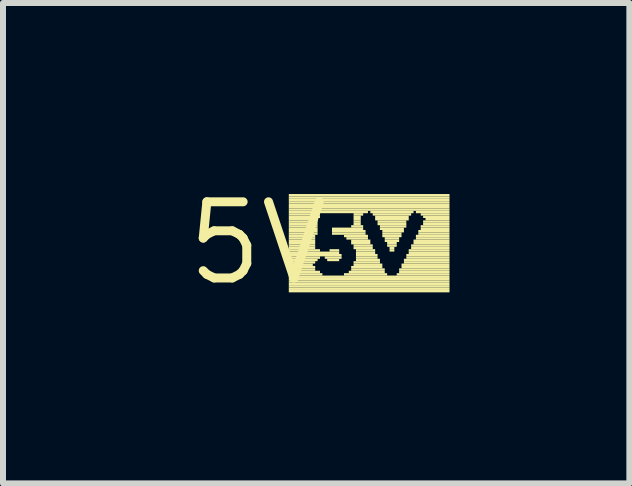
<source format=kicad_pcb>
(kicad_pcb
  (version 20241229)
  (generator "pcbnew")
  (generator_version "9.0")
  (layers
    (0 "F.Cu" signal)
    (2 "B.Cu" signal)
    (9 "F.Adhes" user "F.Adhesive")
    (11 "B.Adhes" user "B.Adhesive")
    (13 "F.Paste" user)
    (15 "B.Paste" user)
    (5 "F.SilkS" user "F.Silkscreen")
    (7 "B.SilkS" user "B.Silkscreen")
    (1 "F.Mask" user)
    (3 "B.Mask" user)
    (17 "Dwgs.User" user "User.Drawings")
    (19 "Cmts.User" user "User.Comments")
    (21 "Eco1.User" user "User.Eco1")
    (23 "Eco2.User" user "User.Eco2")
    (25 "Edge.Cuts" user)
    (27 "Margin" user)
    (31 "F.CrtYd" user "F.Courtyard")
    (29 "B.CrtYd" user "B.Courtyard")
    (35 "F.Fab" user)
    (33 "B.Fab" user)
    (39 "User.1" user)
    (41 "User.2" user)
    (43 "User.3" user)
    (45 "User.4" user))
  (footprint "5V"
    (layer "F.Cu")
    (at 1.247 1.006)
    (property "Reference" "5V" (at 0 0 0) (layer "F.SilkS") (effects (font (size 1.27 1.27) (thickness 0.15))))
    (fp_poly (pts (xy 0.52 -0.78) (xy 3.2 -0.78) (xy 3.2 -0.82) (xy 0.52 -0.82)) (stroke (width 0) (type default)) (fill yes) (layer "F.SilkS"))
    (fp_poly (pts (xy 0.52 -0.74) (xy 3.2 -0.74) (xy 3.2 -0.78) (xy 0.52 -0.78)) (stroke (width 0) (type default)) (fill yes) (layer "F.SilkS"))
    (fp_poly (pts (xy 0.52 -0.7) (xy 3.2 -0.7) (xy 3.2 -0.74) (xy 0.52 -0.74)) (stroke (width 0) (type default)) (fill yes) (layer "F.SilkS"))
    (fp_poly (pts (xy 0.52 -0.66) (xy 3.2 -0.66) (xy 3.2 -0.7) (xy 0.52 -0.7)) (stroke (width 0) (type default)) (fill yes) (layer "F.SilkS"))
    (fp_poly (pts (xy 0.52 -0.62) (xy 3.2 -0.62) (xy 3.2 -0.66) (xy 0.52 -0.66)) (stroke (width 0) (type default)) (fill yes) (layer "F.SilkS"))
    (fp_poly (pts (xy 0.52 -0.58) (xy 3.2 -0.58) (xy 3.2 -0.62) (xy 0.52 -0.62)) (stroke (width 0) (type default)) (fill yes) (layer "F.SilkS"))
    (fp_poly (pts (xy 0.52 -0.54) (xy 3.2 -0.54) (xy 3.2 -0.58) (xy 0.52 -0.58)) (stroke (width 0) (type default)) (fill yes) (layer "F.SilkS"))
    (fp_poly (pts (xy 0.52 -0.5) (xy 1.84 -0.5) (xy 1.84 -0.54) (xy 0.52 -0.54)) (stroke (width 0) (type default)) (fill yes) (layer "F.SilkS"))
    (fp_poly (pts (xy 0.52 -0.46) (xy 1.04 -0.46) (xy 1.04 -0.5) (xy 0.52 -0.5)) (stroke (width 0) (type default)) (fill yes) (layer "F.SilkS"))
    (fp_poly (pts (xy 0.52 -0.42) (xy 1.04 -0.42) (xy 1.04 -0.46) (xy 0.52 -0.46)) (stroke (width 0) (type default)) (fill yes) (layer "F.SilkS"))
    (fp_poly (pts (xy 0.52 -0.38) (xy 1 -0.38) (xy 1 -0.42) (xy 0.52 -0.42)) (stroke (width 0) (type default)) (fill yes) (layer "F.SilkS"))
    (fp_poly (pts (xy 0.52 -0.34) (xy 1 -0.34) (xy 1 -0.38) (xy 0.52 -0.38)) (stroke (width 0) (type default)) (fill yes) (layer "F.SilkS"))
    (fp_poly (pts (xy 0.52 -0.3) (xy 1 -0.3) (xy 1 -0.34) (xy 0.52 -0.34)) (stroke (width 0) (type default)) (fill yes) (layer "F.SilkS"))
    (fp_poly (pts (xy 0.52 -0.26) (xy 1 -0.26) (xy 1 -0.3) (xy 0.52 -0.3)) (stroke (width 0) (type default)) (fill yes) (layer "F.SilkS"))
    (fp_poly (pts (xy 0.52 -0.22) (xy 1 -0.22) (xy 1 -0.26) (xy 0.52 -0.26)) (stroke (width 0) (type default)) (fill yes) (layer "F.SilkS"))
    (fp_poly (pts (xy 0.52 -0.18) (xy 1 -0.18) (xy 1 -0.22) (xy 0.52 -0.22)) (stroke (width 0) (type default)) (fill yes) (layer "F.SilkS"))
    (fp_poly (pts (xy 0.52 -0.14) (xy 1 -0.14) (xy 1 -0.18) (xy 0.52 -0.18)) (stroke (width 0) (type default)) (fill yes) (layer "F.SilkS"))
    (fp_poly (pts (xy 0.52 -0.1) (xy 0.96 -0.1) (xy 0.96 -0.14) (xy 0.52 -0.14)) (stroke (width 0) (type default)) (fill yes) (layer "F.SilkS"))
    (fp_poly (pts (xy 0.52 -0.06) (xy 0.96 -0.06) (xy 0.96 -0.1) (xy 0.52 -0.1)) (stroke (width 0) (type default)) (fill yes) (layer "F.SilkS"))
    (fp_poly (pts (xy 0.52 -0.02) (xy 0.96 -0.02) (xy 0.96 -0.06) (xy 0.52 -0.06)) (stroke (width 0) (type default)) (fill yes) (layer "F.SilkS"))
    (fp_poly (pts (xy 0.52 0.02) (xy 0.96 0.02) (xy 0.96 -0.02) (xy 0.52 -0.02)) (stroke (width 0) (type default)) (fill yes) (layer "F.SilkS"))
    (fp_poly (pts (xy 0.52 0.06) (xy 0.96 0.06) (xy 0.96 0.02) (xy 0.52 0.02)) (stroke (width 0) (type default)) (fill yes) (layer "F.SilkS"))
    (fp_poly (pts (xy 0.52 0.1) (xy 0.96 0.1) (xy 0.96 0.06) (xy 0.52 0.06)) (stroke (width 0) (type default)) (fill yes) (layer "F.SilkS"))
    (fp_poly (pts (xy 0.52 0.14) (xy 1.04 0.14) (xy 1.04 0.1) (xy 0.52 0.1)) (stroke (width 0) (type default)) (fill yes) (layer "F.SilkS"))
    (fp_poly (pts (xy 0.52 0.18) (xy 1.36 0.18) (xy 1.36 0.14) (xy 0.52 0.14)) (stroke (width 0) (type default)) (fill yes) (layer "F.SilkS"))
    (fp_poly (pts (xy 0.52 0.22) (xy 1.4 0.22) (xy 1.4 0.18) (xy 0.52 0.18)) (stroke (width 0) (type default)) (fill yes) (layer "F.SilkS"))
    (fp_poly (pts (xy 0.52 0.26) (xy 1.04 0.26) (xy 1.04 0.22) (xy 0.52 0.22)) (stroke (width 0) (type default)) (fill yes) (layer "F.SilkS"))
    (fp_poly (pts (xy 0.52 0.3) (xy 1 0.3) (xy 1 0.26) (xy 0.52 0.26)) (stroke (width 0) (type default)) (fill yes) (layer "F.SilkS"))
    (fp_poly (pts (xy 0.52 0.34) (xy 0.96 0.34) (xy 0.96 0.3) (xy 0.52 0.3)) (stroke (width 0) (type default)) (fill yes) (layer "F.SilkS"))
    (fp_poly (pts (xy 0.52 0.38) (xy 0.92 0.38) (xy 0.92 0.34) (xy 0.52 0.34)) (stroke (width 0) (type default)) (fill yes) (layer "F.SilkS"))
    (fp_poly (pts (xy 0.52 0.42) (xy 0.96 0.42) (xy 0.96 0.38) (xy 0.52 0.38)) (stroke (width 0) (type default)) (fill yes) (layer "F.SilkS"))
    (fp_poly (pts (xy 0.52 0.46) (xy 0.96 0.46) (xy 0.96 0.42) (xy 0.52 0.42)) (stroke (width 0) (type default)) (fill yes) (layer "F.SilkS"))
    (fp_poly (pts (xy 0.52 0.5) (xy 1.04 0.5) (xy 1.04 0.46) (xy 0.52 0.46)) (stroke (width 0) (type default)) (fill yes) (layer "F.SilkS"))
    (fp_poly (pts (xy 0.52 0.54) (xy 1.08 0.54) (xy 1.08 0.5) (xy 0.52 0.5)) (stroke (width 0) (type default)) (fill yes) (layer "F.SilkS"))
    (fp_poly (pts (xy 0.52 0.58) (xy 3.2 0.58) (xy 3.2 0.54) (xy 0.52 0.54)) (stroke (width 0) (type default)) (fill yes) (layer "F.SilkS"))
    (fp_poly (pts (xy 0.52 0.62) (xy 3.2 0.62) (xy 3.2 0.58) (xy 0.52 0.58)) (stroke (width 0) (type default)) (fill yes) (layer "F.SilkS"))
    (fp_poly (pts (xy 0.52 0.66) (xy 3.2 0.66) (xy 3.2 0.62) (xy 0.52 0.62)) (stroke (width 0) (type default)) (fill yes) (layer "F.SilkS"))
    (fp_poly (pts (xy 0.52 0.7) (xy 3.2 0.7) (xy 3.2 0.66) (xy 0.52 0.66)) (stroke (width 0) (type default)) (fill yes) (layer "F.SilkS"))
    (fp_poly (pts (xy 0.52 0.74) (xy 3.2 0.74) (xy 3.2 0.7) (xy 0.52 0.7)) (stroke (width 0) (type default)) (fill yes) (layer "F.SilkS"))
    (fp_poly (pts (xy 0.52 0.78) (xy 3.2 0.78) (xy 3.2 0.74) (xy 0.52 0.74)) (stroke (width 0) (type default)) (fill yes) (layer "F.SilkS"))
    (fp_poly (pts (xy 0.52 0.82) (xy 3.2 0.82) (xy 3.2 0.78) (xy 0.52 0.78)) (stroke (width 0) (type default)) (fill yes) (layer "F.SilkS"))
    (fp_poly (pts (xy 1.12 0.26) (xy 1.4 0.26) (xy 1.4 0.22) (xy 1.12 0.22)) (stroke (width 0) (type default)) (fill yes) (layer "F.SilkS"))
    (fp_poly (pts (xy 1.16 0.3) (xy 1.36 0.3) (xy 1.36 0.26) (xy 1.16 0.26)) (stroke (width 0) (type default)) (fill yes) (layer "F.SilkS"))
    (fp_poly (pts (xy 1.2 0.14) (xy 1.36 0.14) (xy 1.36 0.1) (xy 1.2 0.1)) (stroke (width 0) (type default)) (fill yes) (layer "F.SilkS"))
    (fp_poly (pts (xy 1.24 -0.22) (xy 1.76 -0.22) (xy 1.76 -0.26) (xy 1.24 -0.26)) (stroke (width 0) (type default)) (fill yes) (layer "F.SilkS"))
    (fp_poly (pts (xy 1.24 -0.18) (xy 1.8 -0.18) (xy 1.8 -0.22) (xy 1.24 -0.22)) (stroke (width 0) (type default)) (fill yes) (layer "F.SilkS"))
    (fp_poly (pts (xy 1.24 -0.14) (xy 1.8 -0.14) (xy 1.8 -0.18) (xy 1.24 -0.18)) (stroke (width 0) (type default)) (fill yes) (layer "F.SilkS"))
    (fp_poly (pts (xy 1.44 -0.1) (xy 1.84 -0.1) (xy 1.84 -0.14) (xy 1.44 -0.14)) (stroke (width 0) (type default)) (fill yes) (layer "F.SilkS"))
    (fp_poly (pts (xy 1.44 0.54) (xy 2.16 0.54) (xy 2.16 0.5) (xy 1.44 0.5)) (stroke (width 0) (type default)) (fill yes) (layer "F.SilkS"))
    (fp_poly (pts (xy 1.48 -0.06) (xy 1.84 -0.06) (xy 1.84 -0.1) (xy 1.48 -0.1)) (stroke (width 0) (type default)) (fill yes) (layer "F.SilkS"))
    (fp_poly (pts (xy 1.52 0.5) (xy 2.12 0.5) (xy 2.12 0.46) (xy 1.52 0.46)) (stroke (width 0) (type default)) (fill yes) (layer "F.SilkS"))
    (fp_poly (pts (xy 1.56 -0.26) (xy 1.76 -0.26) (xy 1.76 -0.3) (xy 1.56 -0.3)) (stroke (width 0) (type default)) (fill yes) (layer "F.SilkS"))
    (fp_poly (pts (xy 1.56 -0.02) (xy 1.88 -0.02) (xy 1.88 -0.06) (xy 1.56 -0.06)) (stroke (width 0) (type default)) (fill yes) (layer "F.SilkS"))
    (fp_poly (pts (xy 1.56 0.02) (xy 1.88 0.02) (xy 1.88 -0.02) (xy 1.56 -0.02)) (stroke (width 0) (type default)) (fill yes) (layer "F.SilkS"))
    (fp_poly (pts (xy 1.56 0.42) (xy 2.08 0.42) (xy 2.08 0.38) (xy 1.56 0.38)) (stroke (width 0) (type default)) (fill yes) (layer "F.SilkS"))
    (fp_poly (pts (xy 1.56 0.46) (xy 2.12 0.46) (xy 2.12 0.42) (xy 1.56 0.42)) (stroke (width 0) (type default)) (fill yes) (layer "F.SilkS"))
    (fp_poly (pts (xy 1.6 -0.46) (xy 1.76 -0.46) (xy 1.76 -0.5) (xy 1.6 -0.5)) (stroke (width 0) (type default)) (fill yes) (layer "F.SilkS"))
    (fp_poly (pts (xy 1.6 -0.42) (xy 1.72 -0.42) (xy 1.72 -0.46) (xy 1.6 -0.46)) (stroke (width 0) (type default)) (fill yes) (layer "F.SilkS"))
    (fp_poly (pts (xy 1.6 -0.38) (xy 1.72 -0.38) (xy 1.72 -0.42) (xy 1.6 -0.42)) (stroke (width 0) (type default)) (fill yes) (layer "F.SilkS"))
    (fp_poly (pts (xy 1.6 -0.34) (xy 1.72 -0.34) (xy 1.72 -0.38) (xy 1.6 -0.38)) (stroke (width 0) (type default)) (fill yes) (layer "F.SilkS"))
    (fp_poly (pts (xy 1.6 -0.3) (xy 1.72 -0.3) (xy 1.72 -0.34) (xy 1.6 -0.34)) (stroke (width 0) (type default)) (fill yes) (layer "F.SilkS"))
    (fp_poly (pts (xy 1.6 0.06) (xy 1.92 0.06) (xy 1.92 0.02) (xy 1.6 0.02)) (stroke (width 0) (type default)) (fill yes) (layer "F.SilkS"))
    (fp_poly (pts (xy 1.6 0.1) (xy 1.92 0.1) (xy 1.92 0.06) (xy 1.6 0.06)) (stroke (width 0) (type default)) (fill yes) (layer "F.SilkS"))
    (fp_poly (pts (xy 1.6 0.34) (xy 2.04 0.34) (xy 2.04 0.3) (xy 1.6 0.3)) (stroke (width 0) (type default)) (fill yes) (layer "F.SilkS"))
    (fp_poly (pts (xy 1.6 0.38) (xy 2.08 0.38) (xy 2.08 0.34) (xy 1.6 0.34)) (stroke (width 0) (type default)) (fill yes) (layer "F.SilkS"))
    (fp_poly (pts (xy 1.64 0.14) (xy 1.96 0.14) (xy 1.96 0.1) (xy 1.64 0.1)) (stroke (width 0) (type default)) (fill yes) (layer "F.SilkS"))
    (fp_poly (pts (xy 1.64 0.18) (xy 1.96 0.18) (xy 1.96 0.14) (xy 1.64 0.14)) (stroke (width 0) (type default)) (fill yes) (layer "F.SilkS"))
    (fp_poly (pts (xy 1.64 0.22) (xy 2 0.22) (xy 2 0.18) (xy 1.64 0.18)) (stroke (width 0) (type default)) (fill yes) (layer "F.SilkS"))
    (fp_poly (pts (xy 1.64 0.26) (xy 2 0.26) (xy 2 0.22) (xy 1.64 0.22)) (stroke (width 0) (type default)) (fill yes) (layer "F.SilkS"))
    (fp_poly (pts (xy 1.64 0.3) (xy 2.04 0.3) (xy 2.04 0.26) (xy 1.64 0.26)) (stroke (width 0) (type default)) (fill yes) (layer "F.SilkS"))
    (fp_poly (pts (xy 1.88 -0.5) (xy 2.6 -0.5) (xy 2.6 -0.54) (xy 1.88 -0.54)) (stroke (width 0) (type default)) (fill yes) (layer "F.SilkS"))
    (fp_poly (pts (xy 1.92 -0.46) (xy 2.56 -0.46) (xy 2.56 -0.5) (xy 1.92 -0.5)) (stroke (width 0) (type default)) (fill yes) (layer "F.SilkS"))
    (fp_poly (pts (xy 1.96 -0.42) (xy 2.52 -0.42) (xy 2.52 -0.46) (xy 1.96 -0.46)) (stroke (width 0) (type default)) (fill yes) (layer "F.SilkS"))
    (fp_poly (pts (xy 1.96 -0.38) (xy 2.52 -0.38) (xy 2.52 -0.42) (xy 1.96 -0.42)) (stroke (width 0) (type default)) (fill yes) (layer "F.SilkS"))
    (fp_poly (pts (xy 2 -0.34) (xy 2.48 -0.34) (xy 2.48 -0.38) (xy 2 -0.38)) (stroke (width 0) (type default)) (fill yes) (layer "F.SilkS"))
    (fp_poly (pts (xy 2 -0.3) (xy 2.48 -0.3) (xy 2.48 -0.34) (xy 2 -0.34)) (stroke (width 0) (type default)) (fill yes) (layer "F.SilkS"))
    (fp_poly (pts (xy 2.04 -0.26) (xy 2.48 -0.26) (xy 2.48 -0.3) (xy 2.04 -0.3)) (stroke (width 0) (type default)) (fill yes) (layer "F.SilkS"))
    (fp_poly (pts (xy 2.04 -0.22) (xy 2.44 -0.22) (xy 2.44 -0.26) (xy 2.04 -0.26)) (stroke (width 0) (type default)) (fill yes) (layer "F.SilkS"))
    (fp_poly (pts (xy 2.08 -0.18) (xy 2.44 -0.18) (xy 2.44 -0.22) (xy 2.08 -0.22)) (stroke (width 0) (type default)) (fill yes) (layer "F.SilkS"))
    (fp_poly (pts (xy 2.08 -0.14) (xy 2.4 -0.14) (xy 2.4 -0.18) (xy 2.08 -0.18)) (stroke (width 0) (type default)) (fill yes) (layer "F.SilkS"))
    (fp_poly (pts (xy 2.08 -0.1) (xy 2.4 -0.1) (xy 2.4 -0.14) (xy 2.08 -0.14)) (stroke (width 0) (type default)) (fill yes) (layer "F.SilkS"))
    (fp_poly (pts (xy 2.12 -0.06) (xy 2.36 -0.06) (xy 2.36 -0.1) (xy 2.12 -0.1)) (stroke (width 0) (type default)) (fill yes) (layer "F.SilkS"))
    (fp_poly (pts (xy 2.12 -0.02) (xy 2.36 -0.02) (xy 2.36 -0.06) (xy 2.12 -0.06)) (stroke (width 0) (type default)) (fill yes) (layer "F.SilkS"))
    (fp_poly (pts (xy 2.16 0.02) (xy 2.32 0.02) (xy 2.32 -0.02) (xy 2.16 -0.02)) (stroke (width 0) (type default)) (fill yes) (layer "F.SilkS"))
    (fp_poly (pts (xy 2.16 0.06) (xy 2.32 0.06) (xy 2.32 0.02) (xy 2.16 0.02)) (stroke (width 0) (type default)) (fill yes) (layer "F.SilkS"))
    (fp_poly (pts (xy 2.2 0.1) (xy 2.28 0.1) (xy 2.28 0.06) (xy 2.2 0.06)) (stroke (width 0) (type default)) (fill yes) (layer "F.SilkS"))
    (fp_poly (pts (xy 2.2 0.14) (xy 2.28 0.14) (xy 2.28 0.1) (xy 2.2 0.1)) (stroke (width 0) (type default)) (fill yes) (layer "F.SilkS"))
    (fp_poly (pts (xy 2.32 0.54) (xy 3.2 0.54) (xy 3.2 0.5) (xy 2.32 0.5)) (stroke (width 0) (type default)) (fill yes) (layer "F.SilkS"))
    (fp_poly (pts (xy 2.36 0.46) (xy 3.2 0.46) (xy 3.2 0.42) (xy 2.36 0.42)) (stroke (width 0) (type default)) (fill yes) (layer "F.SilkS"))
    (fp_poly (pts (xy 2.36 0.5) (xy 3.2 0.5) (xy 3.2 0.46) (xy 2.36 0.46)) (stroke (width 0) (type default)) (fill yes) (layer "F.SilkS"))
    (fp_poly (pts (xy 2.4 0.38) (xy 3.2 0.38) (xy 3.2 0.34) (xy 2.4 0.34)) (stroke (width 0) (type default)) (fill yes) (layer "F.SilkS"))
    (fp_poly (pts (xy 2.4 0.42) (xy 3.2 0.42) (xy 3.2 0.38) (xy 2.4 0.38)) (stroke (width 0) (type default)) (fill yes) (layer "F.SilkS"))
    (fp_poly (pts (xy 2.44 0.3) (xy 3.2 0.3) (xy 3.2 0.26) (xy 2.44 0.26)) (stroke (width 0) (type default)) (fill yes) (layer "F.SilkS"))
    (fp_poly (pts (xy 2.44 0.34) (xy 3.2 0.34) (xy 3.2 0.3) (xy 2.44 0.3)) (stroke (width 0) (type default)) (fill yes) (layer "F.SilkS"))
    (fp_poly (pts (xy 2.48 0.22) (xy 3.2 0.22) (xy 3.2 0.18) (xy 2.48 0.18)) (stroke (width 0) (type default)) (fill yes) (layer "F.SilkS"))
    (fp_poly (pts (xy 2.48 0.26) (xy 3.2 0.26) (xy 3.2 0.22) (xy 2.48 0.22)) (stroke (width 0) (type default)) (fill yes) (layer "F.SilkS"))
    (fp_poly (pts (xy 2.52 0.14) (xy 3.2 0.14) (xy 3.2 0.1) (xy 2.52 0.1)) (stroke (width 0) (type default)) (fill yes) (layer "F.SilkS"))
    (fp_poly (pts (xy 2.52 0.18) (xy 3.2 0.18) (xy 3.2 0.14) (xy 2.52 0.14)) (stroke (width 0) (type default)) (fill yes) (layer "F.SilkS"))
    (fp_poly (pts (xy 2.56 0.06) (xy 3.2 0.06) (xy 3.2 0.02) (xy 2.56 0.02)) (stroke (width 0) (type default)) (fill yes) (layer "F.SilkS"))
    (fp_poly (pts (xy 2.56 0.1) (xy 3.2 0.1) (xy 3.2 0.06) (xy 2.56 0.06)) (stroke (width 0) (type default)) (fill yes) (layer "F.SilkS"))
    (fp_poly (pts (xy 2.6 -0.02) (xy 3.2 -0.02) (xy 3.2 -0.06) (xy 2.6 -0.06)) (stroke (width 0) (type default)) (fill yes) (layer "F.SilkS"))
    (fp_poly (pts (xy 2.6 0.02) (xy 3.2 0.02) (xy 3.2 -0.02) (xy 2.6 -0.02)) (stroke (width 0) (type default)) (fill yes) (layer "F.SilkS"))
    (fp_poly (pts (xy 2.64 -0.5) (xy 3.2 -0.5) (xy 3.2 -0.54) (xy 2.64 -0.54)) (stroke (width 0) (type default)) (fill yes) (layer "F.SilkS"))
    (fp_poly (pts (xy 2.64 -0.1) (xy 3.2 -0.1) (xy 3.2 -0.14) (xy 2.64 -0.14)) (stroke (width 0) (type default)) (fill yes) (layer "F.SilkS"))
    (fp_poly (pts (xy 2.64 -0.06) (xy 3.2 -0.06) (xy 3.2 -0.1) (xy 2.64 -0.1)) (stroke (width 0) (type default)) (fill yes) (layer "F.SilkS"))
    (fp_poly (pts (xy 2.68 -0.18) (xy 3.2 -0.18) (xy 3.2 -0.22) (xy 2.68 -0.22)) (stroke (width 0) (type default)) (fill yes) (layer "F.SilkS"))
    (fp_poly (pts (xy 2.68 -0.14) (xy 3.2 -0.14) (xy 3.2 -0.18) (xy 2.68 -0.18)) (stroke (width 0) (type default)) (fill yes) (layer "F.SilkS"))
    (fp_poly (pts (xy 2.72 -0.46) (xy 3.2 -0.46) (xy 3.2 -0.5) (xy 2.72 -0.5)) (stroke (width 0) (type default)) (fill yes) (layer "F.SilkS"))
    (fp_poly (pts (xy 2.72 -0.26) (xy 3.2 -0.26) (xy 3.2 -0.3) (xy 2.72 -0.3)) (stroke (width 0) (type default)) (fill yes) (layer "F.SilkS"))
    (fp_poly (pts (xy 2.72 -0.22) (xy 3.2 -0.22) (xy 3.2 -0.26) (xy 2.72 -0.26)) (stroke (width 0) (type default)) (fill yes) (layer "F.SilkS"))
    (fp_poly (pts (xy 2.76 -0.42) (xy 3.2 -0.42) (xy 3.2 -0.46) (xy 2.76 -0.46)) (stroke (width 0) (type default)) (fill yes) (layer "F.SilkS"))
    (fp_poly (pts (xy 2.76 -0.34) (xy 3.2 -0.34) (xy 3.2 -0.38) (xy 2.76 -0.38)) (stroke (width 0) (type default)) (fill yes) (layer "F.SilkS"))
    (fp_poly (pts (xy 2.76 -0.3) (xy 3.2 -0.3) (xy 3.2 -0.34) (xy 2.76 -0.34)) (stroke (width 0) (type default)) (fill yes) (layer "F.SilkS"))
    (fp_poly (pts (xy 2.8 -0.38) (xy 3.2 -0.38) (xy 3.2 -0.42) (xy 2.8 -0.42)) (stroke (width 0) (type default)) (fill yes) (layer "F.SilkS")))
  (gr_rect
    (start -3 -3)
    (end 7.447 5.012)
    (stroke (width 0.1) (type default))
    (fill no)
    (layer "Edge.Cuts")))
</source>
